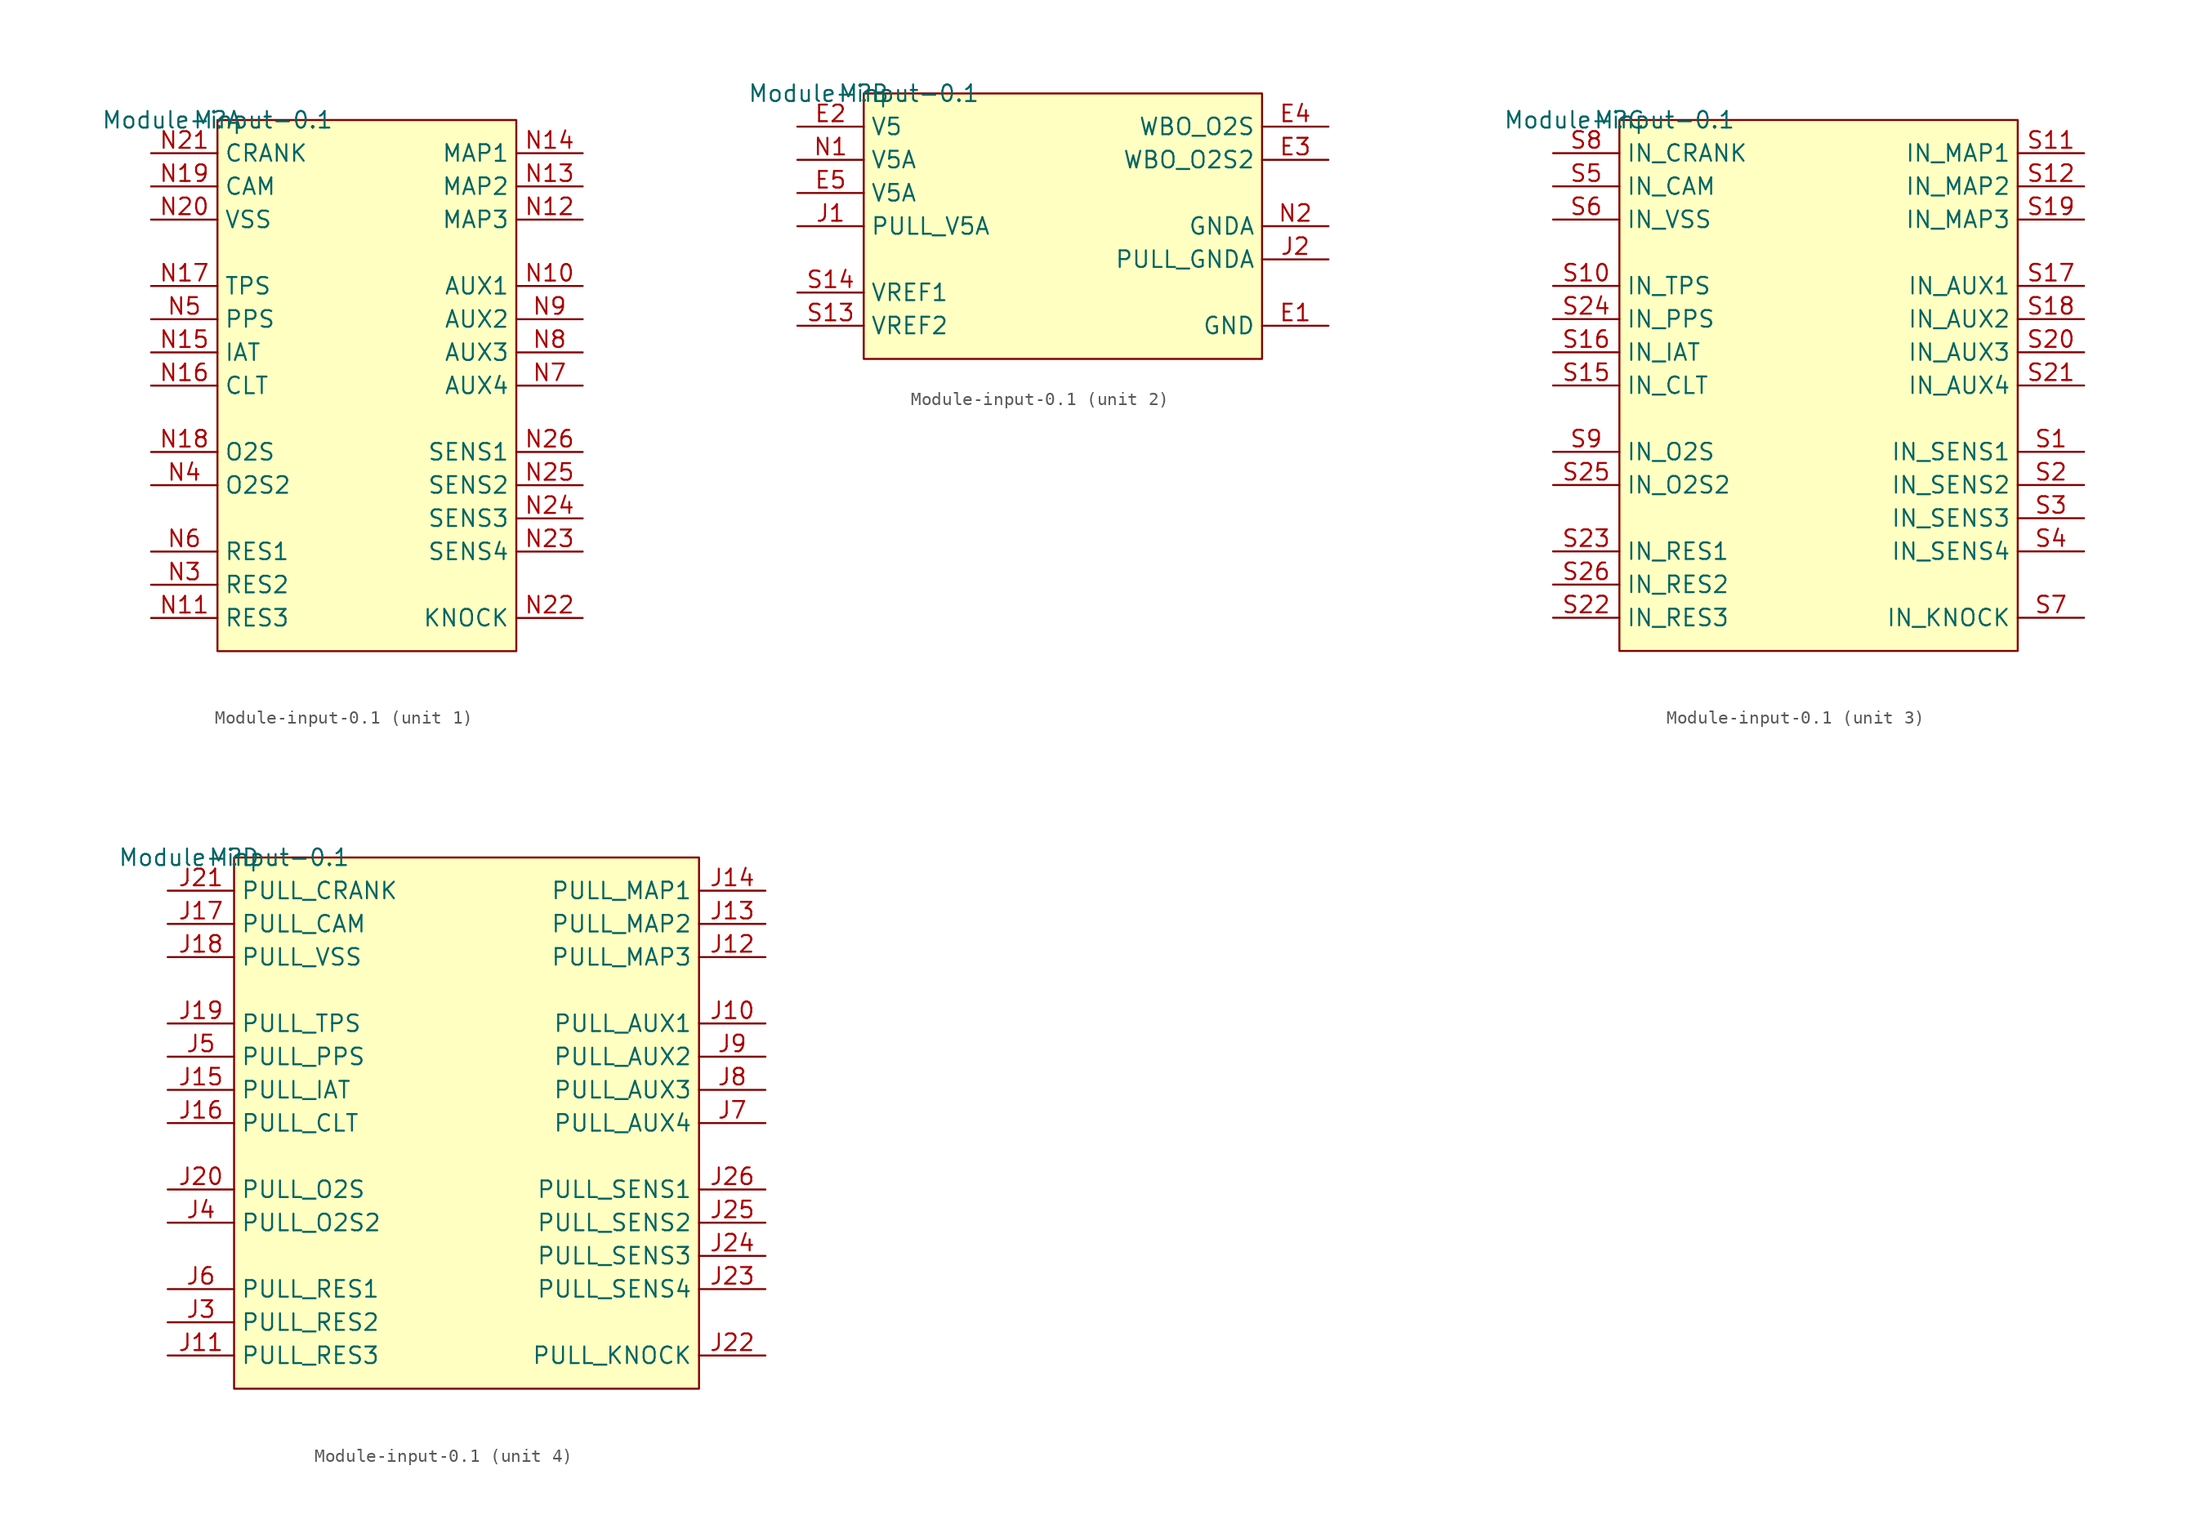
<source format=kicad_sym>
(kicad_symbol_lib
  (version 20201005)
  (generator kicad_symbol_editor)
  (symbol "input:Module-input-0.1"
    (property "Reference" "M"
      (at 0 0 0)
      (effects (font (size 1.27 1.27))))
    (property "Value" "Module-input-0.1"
      (at 0 0 0)
      (effects (font (size 1.27 1.27))))
    (symbol "Module-input-0.1_1_0"
      (rectangle (start 22.86 0) (end 0 -40.64) (stroke (width 0)) (fill (type background)))
      (pin passive line (at -5.08 -35.56 0) (length 5.08) (name "RES2" (effects (font (size 1.27 1.27)))) (number "N3" (effects (font (size 1.27 1.27)))))
      (pin passive line (at -5.08 -27.94 0) (length 5.08) (name "O2S2" (effects (font (size 1.27 1.27)))) (number "N4" (effects (font (size 1.27 1.27)))))
      (pin passive line (at -5.08 -15.24 0) (length 5.08) (name "PPS" (effects (font (size 1.27 1.27)))) (number "N5" (effects (font (size 1.27 1.27)))))
      (pin passive line (at -5.08 -33.02 0) (length 5.08) (name "RES1" (effects (font (size 1.27 1.27)))) (number "N6" (effects (font (size 1.27 1.27)))))
      (pin passive line (at 27.94 -20.32 180) (length 5.08) (name "AUX4" (effects (font (size 1.27 1.27)))) (number "N7" (effects (font (size 1.27 1.27)))))
      (pin passive line (at 27.94 -17.78 180) (length 5.08) (name "AUX3" (effects (font (size 1.27 1.27)))) (number "N8" (effects (font (size 1.27 1.27)))))
      (pin passive line (at 27.94 -15.24 180) (length 5.08) (name "AUX2" (effects (font (size 1.27 1.27)))) (number "N9" (effects (font (size 1.27 1.27)))))
      (pin passive line (at 27.94 -12.7 180) (length 5.08) (name "AUX1" (effects (font (size 1.27 1.27)))) (number "N10" (effects (font (size 1.27 1.27)))))
      (pin passive line (at -5.08 -38.1 0) (length 5.08) (name "RES3" (effects (font (size 1.27 1.27)))) (number "N11" (effects (font (size 1.27 1.27)))))
      (pin passive line (at 27.94 -7.62 180) (length 5.08) (name "MAP3" (effects (font (size 1.27 1.27)))) (number "N12" (effects (font (size 1.27 1.27)))))
      (pin passive line (at 27.94 -5.08 180) (length 5.08) (name "MAP2" (effects (font (size 1.27 1.27)))) (number "N13" (effects (font (size 1.27 1.27)))))
      (pin passive line (at 27.94 -2.54 180) (length 5.08) (name "MAP1" (effects (font (size 1.27 1.27)))) (number "N14" (effects (font (size 1.27 1.27)))))
      (pin passive line (at -5.08 -17.78 0) (length 5.08) (name "IAT" (effects (font (size 1.27 1.27)))) (number "N15" (effects (font (size 1.27 1.27)))))
      (pin passive line (at -5.08 -20.32 0) (length 5.08) (name "CLT" (effects (font (size 1.27 1.27)))) (number "N16" (effects (font (size 1.27 1.27)))))
      (pin passive line (at -5.08 -12.7 0) (length 5.08) (name "TPS" (effects (font (size 1.27 1.27)))) (number "N17" (effects (font (size 1.27 1.27)))))
      (pin passive line (at -5.08 -25.4 0) (length 5.08) (name "O2S" (effects (font (size 1.27 1.27)))) (number "N18" (effects (font (size 1.27 1.27)))))
      (pin passive line (at -5.08 -5.08 0) (length 5.08) (name "CAM" (effects (font (size 1.27 1.27)))) (number "N19" (effects (font (size 1.27 1.27)))))
      (pin passive line (at -5.08 -7.62 0) (length 5.08) (name "VSS" (effects (font (size 1.27 1.27)))) (number "N20" (effects (font (size 1.27 1.27)))))
      (pin passive line (at -5.08 -2.54 0) (length 5.08) (name "CRANK" (effects (font (size 1.27 1.27)))) (number "N21" (effects (font (size 1.27 1.27)))))
      (pin passive line (at 27.94 -38.1 180) (length 5.08) (name "KNOCK" (effects (font (size 1.27 1.27)))) (number "N22" (effects (font (size 1.27 1.27)))))
      (pin passive line (at 27.94 -33.02 180) (length 5.08) (name "SENS4" (effects (font (size 1.27 1.27)))) (number "N23" (effects (font (size 1.27 1.27)))))
      (pin passive line (at 27.94 -30.48 180) (length 5.08) (name "SENS3" (effects (font (size 1.27 1.27)))) (number "N24" (effects (font (size 1.27 1.27)))))
      (pin passive line (at 27.94 -27.94 180) (length 5.08) (name "SENS2" (effects (font (size 1.27 1.27)))) (number "N25" (effects (font (size 1.27 1.27)))))
      (pin passive line (at 27.94 -25.4 180) (length 5.08) (name "SENS1" (effects (font (size 1.27 1.27)))) (number "N26" (effects (font (size 1.27 1.27))))))
    (symbol "Module-input-0.1_2_0"
      (rectangle (start 30.48 0) (end 0 -20.32) (stroke (width 0)) (fill (type background)))
      (pin passive line (at -5.08 -10.16 0) (length 5.08) (name "PULL_V5A" (effects (font (size 1.27 1.27)))) (number "J1" (effects (font (size 1.27 1.27)))))
      (pin passive line (at 35.56 -12.7 180) (length 5.08) (name "PULL_GNDA" (effects (font (size 1.27 1.27)))) (number "J2" (effects (font (size 1.27 1.27)))))
      (pin passive line (at -5.08 -17.78 0) (length 5.08) (name "VREF2" (effects (font (size 1.27 1.27)))) (number "S13" (effects (font (size 1.27 1.27)))))
      (pin passive line (at -5.08 -15.24 0) (length 5.08) (name "VREF1" (effects (font (size 1.27 1.27)))) (number "S14" (effects (font (size 1.27 1.27)))))
      (pin passive line (at -5.08 -5.08 0) (length 5.08) (name "V5A" (effects (font (size 1.27 1.27)))) (number "N1" (effects (font (size 1.27 1.27)))))
      (pin passive line (at 35.56 -10.16 180) (length 5.08) (name "GNDA" (effects (font (size 1.27 1.27)))) (number "N2" (effects (font (size 1.27 1.27)))))
      (pin passive line (at 35.56 -17.78 180) (length 5.08) (name "GND" (effects (font (size 1.27 1.27)))) (number "E1" (effects (font (size 1.27 1.27)))))
      (pin passive line (at 35.56 -2.54 180) (length 5.08) (name "WBO_O2S" (effects (font (size 1.27 1.27)))) (number "E4" (effects (font (size 1.27 1.27)))))
      (pin passive line (at -5.08 -2.54 0) (length 5.08) (name "V5" (effects (font (size 1.27 1.27)))) (number "E2" (effects (font (size 1.27 1.27)))))
      (pin passive line (at 35.56 -5.08 180) (length 5.08) (name "WBO_O2S2" (effects (font (size 1.27 1.27)))) (number "E3" (effects (font (size 1.27 1.27)))))
      (pin passive line (at -5.08 -7.62 0) (length 5.08) (name "V5A" (effects (font (size 1.27 1.27)))) (number "E5" (effects (font (size 1.27 1.27))))))
    (symbol "Module-input-0.1_3_0"
      (rectangle (start 30.48 0) (end 0 -40.64) (stroke (width 0)) (fill (type background)))
      (pin passive line (at 35.56 -25.4 180) (length 5.08) (name "IN_SENS1" (effects (font (size 1.27 1.27)))) (number "S1" (effects (font (size 1.27 1.27)))))
      (pin passive line (at 35.56 -27.94 180) (length 5.08) (name "IN_SENS2" (effects (font (size 1.27 1.27)))) (number "S2" (effects (font (size 1.27 1.27)))))
      (pin passive line (at 35.56 -30.48 180) (length 5.08) (name "IN_SENS3" (effects (font (size 1.27 1.27)))) (number "S3" (effects (font (size 1.27 1.27)))))
      (pin passive line (at 35.56 -33.02 180) (length 5.08) (name "IN_SENS4" (effects (font (size 1.27 1.27)))) (number "S4" (effects (font (size 1.27 1.27)))))
      (pin passive line (at -5.08 -5.08 0) (length 5.08) (name "IN_CAM" (effects (font (size 1.27 1.27)))) (number "S5" (effects (font (size 1.27 1.27)))))
      (pin passive line (at -5.08 -7.62 0) (length 5.08) (name "IN_VSS" (effects (font (size 1.27 1.27)))) (number "S6" (effects (font (size 1.27 1.27)))))
      (pin passive line (at 35.56 -38.1 180) (length 5.08) (name "IN_KNOCK" (effects (font (size 1.27 1.27)))) (number "S7" (effects (font (size 1.27 1.27)))))
      (pin passive line (at -5.08 -2.54 0) (length 5.08) (name "IN_CRANK" (effects (font (size 1.27 1.27)))) (number "S8" (effects (font (size 1.27 1.27)))))
      (pin passive line (at -5.08 -25.4 0) (length 5.08) (name "IN_O2S" (effects (font (size 1.27 1.27)))) (number "S9" (effects (font (size 1.27 1.27)))))
      (pin passive line (at -5.08 -12.7 0) (length 5.08) (name "IN_TPS" (effects (font (size 1.27 1.27)))) (number "S10" (effects (font (size 1.27 1.27)))))
      (pin passive line (at 35.56 -2.54 180) (length 5.08) (name "IN_MAP1" (effects (font (size 1.27 1.27)))) (number "S11" (effects (font (size 1.27 1.27)))))
      (pin passive line (at 35.56 -5.08 180) (length 5.08) (name "IN_MAP2" (effects (font (size 1.27 1.27)))) (number "S12" (effects (font (size 1.27 1.27)))))
      (pin passive line (at -5.08 -20.32 0) (length 5.08) (name "IN_CLT" (effects (font (size 1.27 1.27)))) (number "S15" (effects (font (size 1.27 1.27)))))
      (pin passive line (at -5.08 -17.78 0) (length 5.08) (name "IN_IAT" (effects (font (size 1.27 1.27)))) (number "S16" (effects (font (size 1.27 1.27)))))
      (pin passive line (at 35.56 -12.7 180) (length 5.08) (name "IN_AUX1" (effects (font (size 1.27 1.27)))) (number "S17" (effects (font (size 1.27 1.27)))))
      (pin passive line (at 35.56 -15.24 180) (length 5.08) (name "IN_AUX2" (effects (font (size 1.27 1.27)))) (number "S18" (effects (font (size 1.27 1.27)))))
      (pin passive line (at 35.56 -7.62 180) (length 5.08) (name "IN_MAP3" (effects (font (size 1.27 1.27)))) (number "S19" (effects (font (size 1.27 1.27)))))
      (pin passive line (at 35.56 -17.78 180) (length 5.08) (name "IN_AUX3" (effects (font (size 1.27 1.27)))) (number "S20" (effects (font (size 1.27 1.27)))))
      (pin passive line (at 35.56 -20.32 180) (length 5.08) (name "IN_AUX4" (effects (font (size 1.27 1.27)))) (number "S21" (effects (font (size 1.27 1.27)))))
      (pin passive line (at -5.08 -38.1 0) (length 5.08) (name "IN_RES3" (effects (font (size 1.27 1.27)))) (number "S22" (effects (font (size 1.27 1.27)))))
      (pin passive line (at -5.08 -33.02 0) (length 5.08) (name "IN_RES1" (effects (font (size 1.27 1.27)))) (number "S23" (effects (font (size 1.27 1.27)))))
      (pin passive line (at -5.08 -15.24 0) (length 5.08) (name "IN_PPS" (effects (font (size 1.27 1.27)))) (number "S24" (effects (font (size 1.27 1.27)))))
      (pin passive line (at -5.08 -27.94 0) (length 5.08) (name "IN_O2S2" (effects (font (size 1.27 1.27)))) (number "S25" (effects (font (size 1.27 1.27)))))
      (pin passive line (at -5.08 -35.56 0) (length 5.08) (name "IN_RES2" (effects (font (size 1.27 1.27)))) (number "S26" (effects (font (size 1.27 1.27))))))
    (symbol "Module-input-0.1_4_0"
      (rectangle (start 35.56 0) (end 0 -40.64) (stroke (width 0)) (fill (type background)))
      (pin passive line (at -5.08 -35.56 0) (length 5.08) (name "PULL_RES2" (effects (font (size 1.27 1.27)))) (number "J3" (effects (font (size 1.27 1.27)))))
      (pin passive line (at -5.08 -27.94 0) (length 5.08) (name "PULL_O2S2" (effects (font (size 1.27 1.27)))) (number "J4" (effects (font (size 1.27 1.27)))))
      (pin passive line (at -5.08 -15.24 0) (length 5.08) (name "PULL_PPS" (effects (font (size 1.27 1.27)))) (number "J5" (effects (font (size 1.27 1.27)))))
      (pin passive line (at -5.08 -33.02 0) (length 5.08) (name "PULL_RES1" (effects (font (size 1.27 1.27)))) (number "J6" (effects (font (size 1.27 1.27)))))
      (pin passive line (at 40.64 -20.32 180) (length 5.08) (name "PULL_AUX4" (effects (font (size 1.27 1.27)))) (number "J7" (effects (font (size 1.27 1.27)))))
      (pin passive line (at 40.64 -17.78 180) (length 5.08) (name "PULL_AUX3" (effects (font (size 1.27 1.27)))) (number "J8" (effects (font (size 1.27 1.27)))))
      (pin passive line (at 40.64 -15.24 180) (length 5.08) (name "PULL_AUX2" (effects (font (size 1.27 1.27)))) (number "J9" (effects (font (size 1.27 1.27)))))
      (pin passive line (at 40.64 -12.7 180) (length 5.08) (name "PULL_AUX1" (effects (font (size 1.27 1.27)))) (number "J10" (effects (font (size 1.27 1.27)))))
      (pin passive line (at -5.08 -38.1 0) (length 5.08) (name "PULL_RES3" (effects (font (size 1.27 1.27)))) (number "J11" (effects (font (size 1.27 1.27)))))
      (pin passive line (at 40.64 -7.62 180) (length 5.08) (name "PULL_MAP3" (effects (font (size 1.27 1.27)))) (number "J12" (effects (font (size 1.27 1.27)))))
      (pin passive line (at 40.64 -5.08 180) (length 5.08) (name "PULL_MAP2" (effects (font (size 1.27 1.27)))) (number "J13" (effects (font (size 1.27 1.27)))))
      (pin passive line (at 40.64 -2.54 180) (length 5.08) (name "PULL_MAP1" (effects (font (size 1.27 1.27)))) (number "J14" (effects (font (size 1.27 1.27)))))
      (pin passive line (at -5.08 -17.78 0) (length 5.08) (name "PULL_IAT" (effects (font (size 1.27 1.27)))) (number "J15" (effects (font (size 1.27 1.27)))))
      (pin passive line (at -5.08 -20.32 0) (length 5.08) (name "PULL_CLT" (effects (font (size 1.27 1.27)))) (number "J16" (effects (font (size 1.27 1.27)))))
      (pin passive line (at -5.08 -5.08 0) (length 5.08) (name "PULL_CAM" (effects (font (size 1.27 1.27)))) (number "J17" (effects (font (size 1.27 1.27)))))
      (pin passive line (at -5.08 -7.62 0) (length 5.08) (name "PULL_VSS" (effects (font (size 1.27 1.27)))) (number "J18" (effects (font (size 1.27 1.27)))))
      (pin passive line (at -5.08 -12.7 0) (length 5.08) (name "PULL_TPS" (effects (font (size 1.27 1.27)))) (number "J19" (effects (font (size 1.27 1.27)))))
      (pin passive line (at -5.08 -25.4 0) (length 5.08) (name "PULL_O2S" (effects (font (size 1.27 1.27)))) (number "J20" (effects (font (size 1.27 1.27)))))
      (pin passive line (at -5.08 -2.54 0) (length 5.08) (name "PULL_CRANK" (effects (font (size 1.27 1.27)))) (number "J21" (effects (font (size 1.27 1.27)))))
      (pin passive line (at 40.64 -38.1 180) (length 5.08) (name "PULL_KNOCK" (effects (font (size 1.27 1.27)))) (number "J22" (effects (font (size 1.27 1.27)))))
      (pin passive line (at 40.64 -33.02 180) (length 5.08) (name "PULL_SENS4" (effects (font (size 1.27 1.27)))) (number "J23" (effects (font (size 1.27 1.27)))))
      (pin passive line (at 40.64 -30.48 180) (length 5.08) (name "PULL_SENS3" (effects (font (size 1.27 1.27)))) (number "J24" (effects (font (size 1.27 1.27)))))
      (pin passive line (at 40.64 -27.94 180) (length 5.08) (name "PULL_SENS2" (effects (font (size 1.27 1.27)))) (number "J25" (effects (font (size 1.27 1.27)))))
      (pin passive line (at 40.64 -25.4 180) (length 5.08) (name "PULL_SENS1" (effects (font (size 1.27 1.27)))) (number "J26" (effects (font (size 1.27 1.27))))))))
</source>
